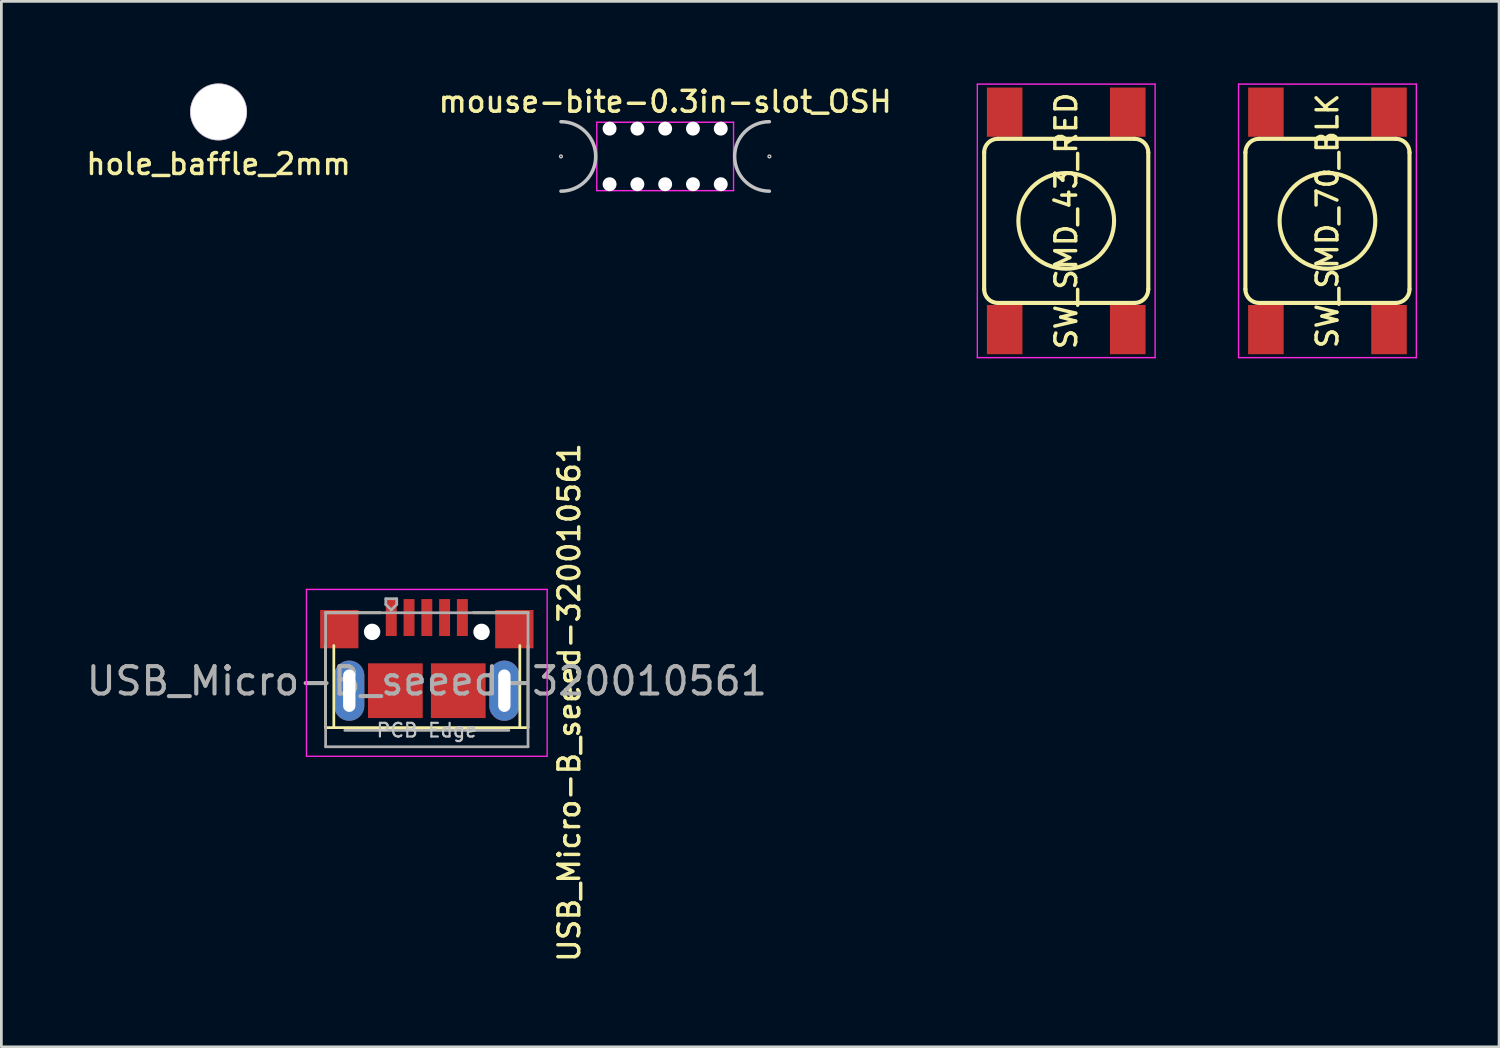
<source format=kicad_pcb>
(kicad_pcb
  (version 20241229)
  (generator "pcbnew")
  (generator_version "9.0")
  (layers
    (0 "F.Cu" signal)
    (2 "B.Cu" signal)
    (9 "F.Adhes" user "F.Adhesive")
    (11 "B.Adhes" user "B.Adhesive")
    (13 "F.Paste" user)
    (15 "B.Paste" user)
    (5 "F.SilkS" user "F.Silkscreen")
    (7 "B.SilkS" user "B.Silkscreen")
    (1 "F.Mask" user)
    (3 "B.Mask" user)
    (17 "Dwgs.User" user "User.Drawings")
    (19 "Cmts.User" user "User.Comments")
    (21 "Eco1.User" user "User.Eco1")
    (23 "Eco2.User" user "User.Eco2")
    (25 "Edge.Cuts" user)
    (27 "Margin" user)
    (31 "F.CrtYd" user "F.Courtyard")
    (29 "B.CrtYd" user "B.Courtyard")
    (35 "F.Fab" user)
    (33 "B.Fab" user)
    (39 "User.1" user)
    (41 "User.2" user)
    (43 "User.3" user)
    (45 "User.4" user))
  (footprint "hole_baffle_2mm"
    (layer "F.Cu")
    (at 4.94 1.041)
    (property "Reference" "hole_baffle_2mm" (at 0 1.905 0) (layer "F.SilkS") (effects (font (size 0.762 0.762) (thickness 0.127))))
    (attr through_hole)
    (fp_circle (center 0 0) (end -1 0) (stroke (width 0.05) (type solid)) (fill no) (layer "F.CrtYd"))
    (pad "" np_thru_hole circle (at 0 0) (size 2.083 2.083) (drill 2.032) (layers "*.Cu" "*.Mask" "Dwgs.User")))
  (footprint "USB_Micro-B_seeed-320010561"
    (layer "F.Cu")
    (at 12.554 23.651)
    (property "Reference" "USB_Micro-B_seeed-320010561" (at 5.207 -1.016 270) (layer "F.SilkS") (effects (font (size 0.762 0.762) (thickness 0.127))))
    (attr smd)
    (fp_line (start -3.7 -3.1) (end -3.7 -0.1) (stroke (width 0.1) (type solid)) (layer "F.SilkS"))
    (fp_line (start -3.4 -0.1) (end -3.4 -3.1) (stroke (width 0.1) (type solid)) (layer "F.SilkS"))
    (fp_line (start -1.7 -4.3) (end -3.7 -4.3) (stroke (width 0.1) (type solid)) (layer "F.SilkS"))
    (fp_line (start 1.7 -4.3) (end 3.7 -4.3) (stroke (width 0.1) (type solid)) (layer "F.SilkS"))
    (fp_line (start 3.4 -3.1) (end 3.4 -0.1) (stroke (width 0.1) (type solid)) (layer "F.SilkS"))
    (fp_line (start 3.7 -0.1) (end -3.7 -0.1) (stroke (width 0.1) (type solid)) (layer "F.SilkS"))
    (fp_line (start 3.7 -0.1) (end 3.7 -3.1) (stroke (width 0.1) (type solid)) (layer "F.SilkS"))
    (fp_line (start -4.4 -5.152) (end 4.4 -5.152) (stroke (width 0.05) (type solid)) (layer "F.CrtYd"))
    (fp_line (start -4.4 0.948) (end -4.4 -5.152) (stroke (width 0.05) (type solid)) (layer "F.CrtYd"))
    (fp_line (start -4.4 0.948) (end 4.4 0.948) (stroke (width 0.05) (type solid)) (layer "F.CrtYd"))
    (fp_line (start 4.4 -5.152) (end 4.4 0.948) (stroke (width 0.05) (type solid)) (layer "F.CrtYd"))
    (fp_line (start -3.7 -4.3) (end 3.7 -4.3) (stroke (width 0.1) (type solid)) (layer "F.Fab"))
    (fp_line (start -3.7 0.6) (end -3.7 -4.3) (stroke (width 0.1) (type solid)) (layer "F.Fab"))
    (fp_line (start -3.7 0.6) (end 3.7 0.6) (stroke (width 0.1) (type solid)) (layer "F.Fab"))
    (fp_line (start -3 0) (end 3 0) (stroke (width 0.1) (type solid)) (layer "F.Fab"))
    (fp_line (start -1.5 -4.812) (end -1.5 -4.602) (stroke (width 0.1) (type solid)) (layer "F.Fab"))
    (fp_line (start -1.5 -4.812) (end -1.1 -4.812) (stroke (width 0.1) (type solid)) (layer "F.Fab"))
    (fp_line (start -1.3 -4.402) (end -1.5 -4.602) (stroke (width 0.1) (type solid)) (layer "F.Fab"))
    (fp_line (start -1.1 -4.812) (end -1.1 -4.602) (stroke (width 0.1) (type solid)) (layer "F.Fab"))
    (fp_line (start -1.1 -4.602) (end -1.3 -4.402) (stroke (width 0.1) (type solid)) (layer "F.Fab"))
    (fp_line (start 3.7 0.6) (end 3.7 -4.3) (stroke (width 0.1) (type solid)) (layer "F.Fab"))
    (fp_text user "PCB Edge" (at 0 -0.002 0) (layer "Dwgs.User") (effects (font (size 0.5 0.5) (thickness 0.08))))
    (fp_text user "${REFERENCE}" (at 0 -1.802 0) (layer "F.Fab") (effects (font (size 1 1) (thickness 0.15))))
    (pad "" np_thru_hole circle (at -2 -3.6) (size 0.6 0.6) (drill 0.6) (layers "*.Cu" "*.Mask"))
    (pad "" np_thru_hole circle (at 2 -3.6) (size 0.6 0.6) (drill 0.6) (layers "*.Cu" "*.Mask"))
    (pad "1" smd rect (at -1.3 -4.125) (size 0.4 1.35) (layers "F.Cu" "F.Mask" "F.Paste"))
    (pad "2" smd rect (at -0.65 -4.125) (size 0.4 1.35) (layers "F.Cu" "F.Mask" "F.Paste"))
    (pad "3" smd rect (at 0 -4.125) (size 0.4 1.35) (layers "F.Cu" "F.Mask" "F.Paste"))
    (pad "4" smd rect (at 0.65 -4.125) (size 0.4 1.35) (layers "F.Cu" "F.Mask" "F.Paste"))
    (pad "5" smd rect (at 1.3 -4.125) (size 0.4 1.35) (layers "F.Cu" "F.Mask" "F.Paste"))
    (pad "6" smd rect (at -3.2 -3.7) (size 1.4 1.4) (layers "F.Cu" "F.Mask" "F.Paste"))
    (pad "6" thru_hole oval (at -2.835 -1.45 180) (size 1.1 2.2) (drill oval 0.45 1.55) (layers "*.Cu" "*.Mask"))
    (pad "6" smd rect (at -1.15 -1.45) (size 2 2) (layers "F.Cu" "F.Mask" "F.Paste"))
    (pad "6" smd rect (at 1.15 -1.45) (size 2 2) (layers "F.Cu" "F.Mask" "F.Paste"))
    (pad "6" thru_hole oval (at 2.835 -1.45) (size 1.1 2.2) (drill oval 0.45 1.55) (layers "*.Cu" "*.Mask"))
    (pad "6" smd rect (at 3.2 -3.7) (size 1.4 1.4) (layers "F.Cu" "F.Mask" "F.Paste")))
  (footprint "SW_SMD_43_RED"
    (layer "F.Cu")
    (at 35.93 5.025)
    (property "Reference" "SW_SMD_43_RED" (at 0 0 270) (layer "F.SilkS") (effects (font (size 0.762 0.762) (thickness 0.127))))
    (attr smd)
    (fp_line (start -3 2.5) (end -3 -2.5) (stroke (width 0.15) (type solid)) (layer "F.SilkS"))
    (fp_line (start -2.5 -3) (end 2.5 -3) (stroke (width 0.15) (type solid)) (layer "F.SilkS"))
    (fp_line (start 2.5 3) (end -2.5 3) (stroke (width 0.15) (type solid)) (layer "F.SilkS"))
    (fp_line (start 3 -2.5) (end 3 2.5) (stroke (width 0.15) (type solid)) (layer "F.SilkS"))
    (fp_arc (start -3 -2.5) (mid -2.853553 -2.853553) (end -2.5 -3) (stroke (width 0.15) (type solid)) (layer "F.SilkS"))
    (fp_arc (start -2.5 3) (mid -2.853553 2.853553) (end -3 2.5) (stroke (width 0.15) (type solid)) (layer "F.SilkS"))
    (fp_arc (start 2.5 -3) (mid 2.853553 -2.853553) (end 3 -2.5) (stroke (width 0.15) (type solid)) (layer "F.SilkS"))
    (fp_arc (start 3 2.5) (mid 2.853553 2.853553) (end 2.5 3) (stroke (width 0.15) (type solid)) (layer "F.SilkS"))
    (fp_circle (center 0 0) (end -1.75 0) (stroke (width 0.15) (type solid)) (fill no) (layer "F.SilkS"))
    (fp_line (start -3.25 -5) (end -3.25 5) (stroke (width 0.05) (type solid)) (layer "F.CrtYd"))
    (fp_line (start -3.25 5) (end 3.25 5) (stroke (width 0.05) (type solid)) (layer "F.CrtYd"))
    (fp_line (start 3.25 -5) (end -3.25 -5) (stroke (width 0.05) (type solid)) (layer "F.CrtYd"))
    (fp_line (start 3.25 5) (end 3.25 -5) (stroke (width 0.05) (type solid)) (layer "F.CrtYd"))
    (pad "1" smd rect (at -2.25 -3.975 270) (size 1.8 1.3) (layers "F.Cu" "F.Mask" "F.Paste"))
    (pad "2" smd rect (at 2.25 -3.975 270) (size 1.8 1.3) (layers "F.Cu" "F.Mask" "F.Paste"))
    (pad "3" smd rect (at -2.25 3.975 270) (size 1.8 1.3) (layers "F.Cu" "F.Mask" "F.Paste"))
    (pad "4" smd rect (at 2.25 3.975 270) (size 1.8 1.3) (layers "F.Cu" "F.Mask" "F.Paste")))
  (footprint "mouse-bite-0.3in-slot_OSH"
    (layer "F.Cu")
    (at 21.268 2.669)
    (property "Reference" "mouse-bite-0.3in-slot_OSH" (at 0 -2 0) (layer "F.SilkS") (effects (font (size 0.762 0.762) (thickness 0.127))))
    (attr through_hole)
    (fp_arc (start -3.81 -1.27) (mid -2.54 0) (end -3.81 1.27) (stroke (width 0.127) (type solid)) (layer "Dwgs.User"))
    (fp_arc (start 3.81 1.27) (mid 2.54 0) (end 3.81 -1.27) (stroke (width 0.127) (type solid)) (layer "Dwgs.User"))
    (fp_circle (center -3.81 0) (end -3.759 0) (stroke (width 0.051) (type solid)) (fill no) (layer "Dwgs.User"))
    (fp_circle (center 3.81 0) (end 3.861 0) (stroke (width 0.051) (type solid)) (fill no) (layer "Dwgs.User"))
    (fp_line (start -2.5 -1.25) (end -2.5 1.25) (stroke (width 0.05) (type solid)) (layer "F.CrtYd"))
    (fp_line (start -2.5 1.25) (end 2.5 1.25) (stroke (width 0.05) (type solid)) (layer "F.CrtYd"))
    (fp_line (start 2.5 -1.25) (end -2.5 -1.25) (stroke (width 0.05) (type solid)) (layer "F.CrtYd"))
    (fp_line (start 2.5 1.25) (end 2.5 -1.25) (stroke (width 0.05) (type solid)) (layer "F.CrtYd"))
    (pad "" np_thru_hole circle (at -2.032 -1.016) (size 0.508 0.508) (drill 0.508) (layers "*.Cu" "*.Mask"))
    (pad "" np_thru_hole circle (at -2.032 1.016) (size 0.508 0.508) (drill 0.508) (layers "*.Cu" "*.Mask"))
    (pad "" np_thru_hole circle (at -1.016 -1.016) (size 0.508 0.508) (drill 0.508) (layers "*.Cu" "*.Mask"))
    (pad "" np_thru_hole circle (at -1.016 1.016) (size 0.508 0.508) (drill 0.508) (layers "*.Cu" "*.Mask"))
    (pad "" np_thru_hole circle (at 0 -1.016) (size 0.508 0.508) (drill 0.508) (layers "*.Cu" "*.Mask"))
    (pad "" np_thru_hole circle (at 0 1.016) (size 0.508 0.508) (drill 0.508) (layers "*.Cu" "*.Mask"))
    (pad "" np_thru_hole circle (at 1.016 -1.016) (size 0.508 0.508) (drill 0.508) (layers "*.Cu" "*.Mask"))
    (pad "" np_thru_hole circle (at 1.016 1.016) (size 0.508 0.508) (drill 0.508) (layers "*.Cu" "*.Mask"))
    (pad "" np_thru_hole circle (at 2.032 -1.016) (size 0.508 0.508) (drill 0.508) (layers "*.Cu" "*.Mask"))
    (pad "" np_thru_hole circle (at 2.032 1.016) (size 0.508 0.508) (drill 0.508) (layers "*.Cu" "*.Mask")))
  (footprint "SW_SMD_70_BLK"
    (layer "F.Cu")
    (at 45.48 5.025)
    (property "Reference" "SW_SMD_70_BLK" (at 0 0 270) (layer "F.SilkS") (effects (font (size 0.762 0.762) (thickness 0.127))))
    (attr smd)
    (fp_line (start -3 2.5) (end -3 -2.5) (stroke (width 0.15) (type solid)) (layer "F.SilkS"))
    (fp_line (start -2.5 -3) (end 2.5 -3) (stroke (width 0.15) (type solid)) (layer "F.SilkS"))
    (fp_line (start 2.5 3) (end -2.5 3) (stroke (width 0.15) (type solid)) (layer "F.SilkS"))
    (fp_line (start 3 -2.5) (end 3 2.5) (stroke (width 0.15) (type solid)) (layer "F.SilkS"))
    (fp_arc (start -3 -2.5) (mid -2.853553 -2.853553) (end -2.5 -3) (stroke (width 0.15) (type solid)) (layer "F.SilkS"))
    (fp_arc (start -2.5 3) (mid -2.853553 2.853553) (end -3 2.5) (stroke (width 0.15) (type solid)) (layer "F.SilkS"))
    (fp_arc (start 2.5 -3) (mid 2.853553 -2.853553) (end 3 -2.5) (stroke (width 0.15) (type solid)) (layer "F.SilkS"))
    (fp_arc (start 3 2.5) (mid 2.853553 2.853553) (end 2.5 3) (stroke (width 0.15) (type solid)) (layer "F.SilkS"))
    (fp_circle (center 0 0) (end -1.75 0) (stroke (width 0.15) (type solid)) (fill no) (layer "F.SilkS"))
    (fp_line (start -3.25 -5) (end -3.25 5) (stroke (width 0.05) (type solid)) (layer "F.CrtYd"))
    (fp_line (start -3.25 5) (end 3.25 5) (stroke (width 0.05) (type solid)) (layer "F.CrtYd"))
    (fp_line (start 3.25 -5) (end -3.25 -5) (stroke (width 0.05) (type solid)) (layer "F.CrtYd"))
    (fp_line (start 3.25 5) (end 3.25 -5) (stroke (width 0.05) (type solid)) (layer "F.CrtYd"))
    (pad "1" smd rect (at -2.25 -3.975 270) (size 1.8 1.3) (layers "F.Cu" "F.Mask" "F.Paste"))
    (pad "2" smd rect (at 2.25 -3.975 270) (size 1.8 1.3) (layers "F.Cu" "F.Mask" "F.Paste"))
    (pad "3" smd rect (at -2.25 3.975 270) (size 1.8 1.3) (layers "F.Cu" "F.Mask" "F.Paste"))
    (pad "4" smd rect (at 2.25 3.975 270) (size 1.8 1.3) (layers "F.Cu" "F.Mask" "F.Paste")))
  (gr_rect
    (start -3 -3)
    (end 51.755 35.22)
    (stroke (width 0.1) (type default))
    (fill no)
    (layer "Edge.Cuts")))
</source>
